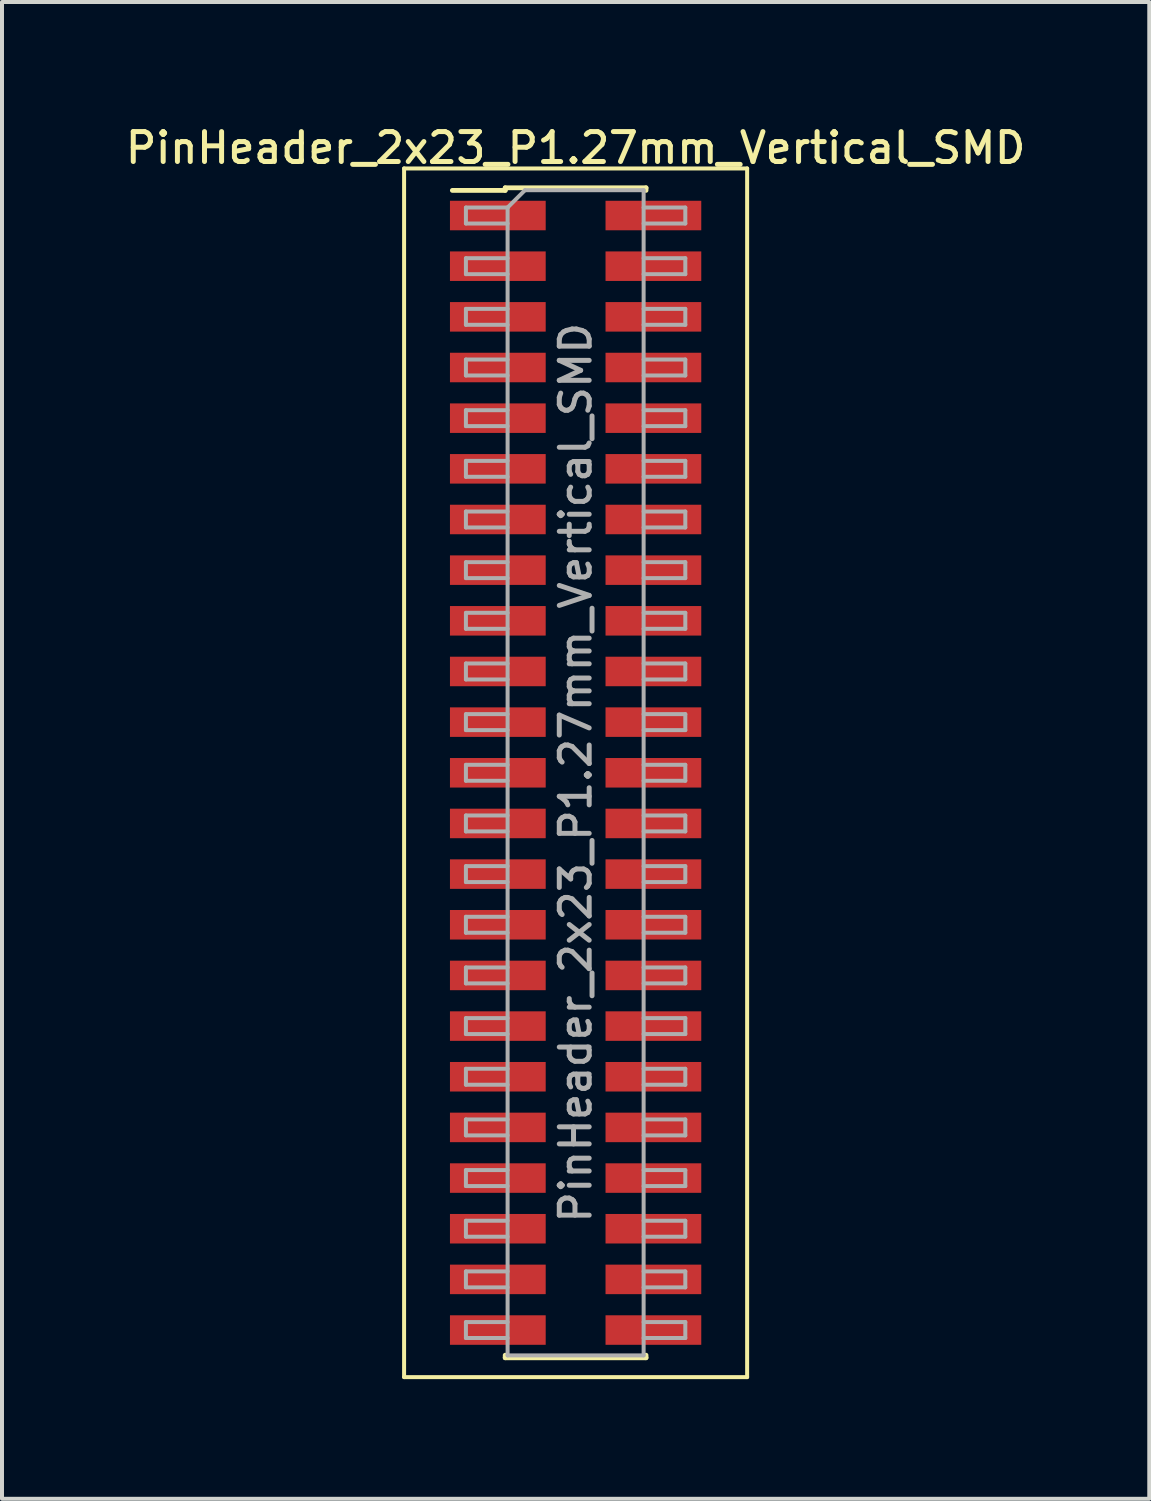
<source format=kicad_pcb>
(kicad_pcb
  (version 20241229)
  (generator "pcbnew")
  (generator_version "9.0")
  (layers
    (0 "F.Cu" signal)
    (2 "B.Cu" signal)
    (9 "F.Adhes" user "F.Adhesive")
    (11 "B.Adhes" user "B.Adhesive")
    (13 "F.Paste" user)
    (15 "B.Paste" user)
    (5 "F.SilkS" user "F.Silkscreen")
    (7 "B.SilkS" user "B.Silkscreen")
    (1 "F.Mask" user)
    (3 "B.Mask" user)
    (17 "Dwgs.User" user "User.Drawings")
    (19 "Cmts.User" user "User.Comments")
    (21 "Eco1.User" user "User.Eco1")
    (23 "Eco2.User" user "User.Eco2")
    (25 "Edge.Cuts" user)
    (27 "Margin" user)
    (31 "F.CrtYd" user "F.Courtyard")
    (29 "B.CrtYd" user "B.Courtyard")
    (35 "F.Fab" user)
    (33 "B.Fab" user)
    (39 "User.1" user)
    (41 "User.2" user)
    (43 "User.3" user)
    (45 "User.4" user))
  (footprint "PinHeader_2x23_P1.27mm_Vertical_SMD"
    (layer "F.Cu")
    (at 11.38 16.323)
    (property "Reference" "PinHeader_2x23_P1.27mm_Vertical_SMD" (at 0 -15.665 0) (layer "F.SilkS") (effects (font (size 0.75 0.75) (thickness 0.125))))
    (attr smd)
    (fp_line (start -4.3 -15.15) (end -4.3 15.15) (stroke (width 0.1) (type solid)) (layer "F.SilkS"))
    (fp_line (start -4.3 15.15) (end 4.3 15.15) (stroke (width 0.1) (type solid)) (layer "F.SilkS"))
    (fp_line (start -3.09 -14.6) (end -1.765 -14.6) (stroke (width 0.12) (type solid)) (layer "F.SilkS"))
    (fp_line (start -1.765 -14.665) (end -1.765 -14.6) (stroke (width 0.12) (type solid)) (layer "F.SilkS"))
    (fp_line (start -1.765 -14.665) (end 1.765 -14.665) (stroke (width 0.12) (type solid)) (layer "F.SilkS"))
    (fp_line (start -1.765 14.6) (end -1.765 14.665) (stroke (width 0.12) (type solid)) (layer "F.SilkS"))
    (fp_line (start -1.765 14.665) (end 1.765 14.665) (stroke (width 0.12) (type solid)) (layer "F.SilkS"))
    (fp_line (start 1.765 -14.665) (end 1.765 -14.6) (stroke (width 0.12) (type solid)) (layer "F.SilkS"))
    (fp_line (start 1.765 14.6) (end 1.765 14.665) (stroke (width 0.12) (type solid)) (layer "F.SilkS"))
    (fp_line (start 4.3 -15.15) (end -4.3 -15.15) (stroke (width 0.1) (type solid)) (layer "F.SilkS"))
    (fp_line (start 4.3 15.15) (end 4.3 -15.15) (stroke (width 0.1) (type solid)) (layer "F.SilkS"))
    (fp_line (start -2.75 -14.17) (end -2.75 -13.77) (stroke (width 0.1) (type solid)) (layer "F.Fab"))
    (fp_line (start -2.75 -13.77) (end -1.705 -13.77) (stroke (width 0.1) (type solid)) (layer "F.Fab"))
    (fp_line (start -2.75 -12.9) (end -2.75 -12.5) (stroke (width 0.1) (type solid)) (layer "F.Fab"))
    (fp_line (start -2.75 -12.5) (end -1.705 -12.5) (stroke (width 0.1) (type solid)) (layer "F.Fab"))
    (fp_line (start -2.75 -11.63) (end -2.75 -11.23) (stroke (width 0.1) (type solid)) (layer "F.Fab"))
    (fp_line (start -2.75 -11.23) (end -1.705 -11.23) (stroke (width 0.1) (type solid)) (layer "F.Fab"))
    (fp_line (start -2.75 -10.36) (end -2.75 -9.96) (stroke (width 0.1) (type solid)) (layer "F.Fab"))
    (fp_line (start -2.75 -9.96) (end -1.705 -9.96) (stroke (width 0.1) (type solid)) (layer "F.Fab"))
    (fp_line (start -2.75 -9.09) (end -2.75 -8.69) (stroke (width 0.1) (type solid)) (layer "F.Fab"))
    (fp_line (start -2.75 -8.69) (end -1.705 -8.69) (stroke (width 0.1) (type solid)) (layer "F.Fab"))
    (fp_line (start -2.75 -7.82) (end -2.75 -7.42) (stroke (width 0.1) (type solid)) (layer "F.Fab"))
    (fp_line (start -2.75 -7.42) (end -1.705 -7.42) (stroke (width 0.1) (type solid)) (layer "F.Fab"))
    (fp_line (start -2.75 -6.55) (end -2.75 -6.15) (stroke (width 0.1) (type solid)) (layer "F.Fab"))
    (fp_line (start -2.75 -6.15) (end -1.705 -6.15) (stroke (width 0.1) (type solid)) (layer "F.Fab"))
    (fp_line (start -2.75 -5.28) (end -2.75 -4.88) (stroke (width 0.1) (type solid)) (layer "F.Fab"))
    (fp_line (start -2.75 -4.88) (end -1.705 -4.88) (stroke (width 0.1) (type solid)) (layer "F.Fab"))
    (fp_line (start -2.75 -4.01) (end -2.75 -3.61) (stroke (width 0.1) (type solid)) (layer "F.Fab"))
    (fp_line (start -2.75 -3.61) (end -1.705 -3.61) (stroke (width 0.1) (type solid)) (layer "F.Fab"))
    (fp_line (start -2.75 -2.74) (end -2.75 -2.34) (stroke (width 0.1) (type solid)) (layer "F.Fab"))
    (fp_line (start -2.75 -2.34) (end -1.705 -2.34) (stroke (width 0.1) (type solid)) (layer "F.Fab"))
    (fp_line (start -2.75 -1.47) (end -2.75 -1.07) (stroke (width 0.1) (type solid)) (layer "F.Fab"))
    (fp_line (start -2.75 -1.07) (end -1.705 -1.07) (stroke (width 0.1) (type solid)) (layer "F.Fab"))
    (fp_line (start -2.75 -0.2) (end -2.75 0.2) (stroke (width 0.1) (type solid)) (layer "F.Fab"))
    (fp_line (start -2.75 0.2) (end -1.705 0.2) (stroke (width 0.1) (type solid)) (layer "F.Fab"))
    (fp_line (start -2.75 1.07) (end -2.75 1.47) (stroke (width 0.1) (type solid)) (layer "F.Fab"))
    (fp_line (start -2.75 1.47) (end -1.705 1.47) (stroke (width 0.1) (type solid)) (layer "F.Fab"))
    (fp_line (start -2.75 2.34) (end -2.75 2.74) (stroke (width 0.1) (type solid)) (layer "F.Fab"))
    (fp_line (start -2.75 2.74) (end -1.705 2.74) (stroke (width 0.1) (type solid)) (layer "F.Fab"))
    (fp_line (start -2.75 3.61) (end -2.75 4.01) (stroke (width 0.1) (type solid)) (layer "F.Fab"))
    (fp_line (start -2.75 4.01) (end -1.705 4.01) (stroke (width 0.1) (type solid)) (layer "F.Fab"))
    (fp_line (start -2.75 4.88) (end -2.75 5.28) (stroke (width 0.1) (type solid)) (layer "F.Fab"))
    (fp_line (start -2.75 5.28) (end -1.705 5.28) (stroke (width 0.1) (type solid)) (layer "F.Fab"))
    (fp_line (start -2.75 6.15) (end -2.75 6.55) (stroke (width 0.1) (type solid)) (layer "F.Fab"))
    (fp_line (start -2.75 6.55) (end -1.705 6.55) (stroke (width 0.1) (type solid)) (layer "F.Fab"))
    (fp_line (start -2.75 7.42) (end -2.75 7.82) (stroke (width 0.1) (type solid)) (layer "F.Fab"))
    (fp_line (start -2.75 7.82) (end -1.705 7.82) (stroke (width 0.1) (type solid)) (layer "F.Fab"))
    (fp_line (start -2.75 8.69) (end -2.75 9.09) (stroke (width 0.1) (type solid)) (layer "F.Fab"))
    (fp_line (start -2.75 9.09) (end -1.705 9.09) (stroke (width 0.1) (type solid)) (layer "F.Fab"))
    (fp_line (start -2.75 9.96) (end -2.75 10.36) (stroke (width 0.1) (type solid)) (layer "F.Fab"))
    (fp_line (start -2.75 10.36) (end -1.705 10.36) (stroke (width 0.1) (type solid)) (layer "F.Fab"))
    (fp_line (start -2.75 11.23) (end -2.75 11.63) (stroke (width 0.1) (type solid)) (layer "F.Fab"))
    (fp_line (start -2.75 11.63) (end -1.705 11.63) (stroke (width 0.1) (type solid)) (layer "F.Fab"))
    (fp_line (start -2.75 12.5) (end -2.75 12.9) (stroke (width 0.1) (type solid)) (layer "F.Fab"))
    (fp_line (start -2.75 12.9) (end -1.705 12.9) (stroke (width 0.1) (type solid)) (layer "F.Fab"))
    (fp_line (start -2.75 13.77) (end -2.75 14.17) (stroke (width 0.1) (type solid)) (layer "F.Fab"))
    (fp_line (start -2.75 14.17) (end -1.705 14.17) (stroke (width 0.1) (type solid)) (layer "F.Fab"))
    (fp_line (start -1.705 -14.17) (end -2.75 -14.17) (stroke (width 0.1) (type solid)) (layer "F.Fab"))
    (fp_line (start -1.705 -14.17) (end -1.27 -14.605) (stroke (width 0.1) (type solid)) (layer "F.Fab"))
    (fp_line (start -1.705 -12.9) (end -2.75 -12.9) (stroke (width 0.1) (type solid)) (layer "F.Fab"))
    (fp_line (start -1.705 -11.63) (end -2.75 -11.63) (stroke (width 0.1) (type solid)) (layer "F.Fab"))
    (fp_line (start -1.705 -10.36) (end -2.75 -10.36) (stroke (width 0.1) (type solid)) (layer "F.Fab"))
    (fp_line (start -1.705 -9.09) (end -2.75 -9.09) (stroke (width 0.1) (type solid)) (layer "F.Fab"))
    (fp_line (start -1.705 -7.82) (end -2.75 -7.82) (stroke (width 0.1) (type solid)) (layer "F.Fab"))
    (fp_line (start -1.705 -6.55) (end -2.75 -6.55) (stroke (width 0.1) (type solid)) (layer "F.Fab"))
    (fp_line (start -1.705 -5.28) (end -2.75 -5.28) (stroke (width 0.1) (type solid)) (layer "F.Fab"))
    (fp_line (start -1.705 -4.01) (end -2.75 -4.01) (stroke (width 0.1) (type solid)) (layer "F.Fab"))
    (fp_line (start -1.705 -2.74) (end -2.75 -2.74) (stroke (width 0.1) (type solid)) (layer "F.Fab"))
    (fp_line (start -1.705 -1.47) (end -2.75 -1.47) (stroke (width 0.1) (type solid)) (layer "F.Fab"))
    (fp_line (start -1.705 -0.2) (end -2.75 -0.2) (stroke (width 0.1) (type solid)) (layer "F.Fab"))
    (fp_line (start -1.705 1.07) (end -2.75 1.07) (stroke (width 0.1) (type solid)) (layer "F.Fab"))
    (fp_line (start -1.705 2.34) (end -2.75 2.34) (stroke (width 0.1) (type solid)) (layer "F.Fab"))
    (fp_line (start -1.705 3.61) (end -2.75 3.61) (stroke (width 0.1) (type solid)) (layer "F.Fab"))
    (fp_line (start -1.705 4.88) (end -2.75 4.88) (stroke (width 0.1) (type solid)) (layer "F.Fab"))
    (fp_line (start -1.705 6.15) (end -2.75 6.15) (stroke (width 0.1) (type solid)) (layer "F.Fab"))
    (fp_line (start -1.705 7.42) (end -2.75 7.42) (stroke (width 0.1) (type solid)) (layer "F.Fab"))
    (fp_line (start -1.705 8.69) (end -2.75 8.69) (stroke (width 0.1) (type solid)) (layer "F.Fab"))
    (fp_line (start -1.705 9.96) (end -2.75 9.96) (stroke (width 0.1) (type solid)) (layer "F.Fab"))
    (fp_line (start -1.705 11.23) (end -2.75 11.23) (stroke (width 0.1) (type solid)) (layer "F.Fab"))
    (fp_line (start -1.705 12.5) (end -2.75 12.5) (stroke (width 0.1) (type solid)) (layer "F.Fab"))
    (fp_line (start -1.705 13.77) (end -2.75 13.77) (stroke (width 0.1) (type solid)) (layer "F.Fab"))
    (fp_line (start -1.705 14.605) (end -1.705 -14.17) (stroke (width 0.1) (type solid)) (layer "F.Fab"))
    (fp_line (start -1.27 -14.605) (end 1.705 -14.605) (stroke (width 0.1) (type solid)) (layer "F.Fab"))
    (fp_line (start 1.705 -14.605) (end 1.705 14.605) (stroke (width 0.1) (type solid)) (layer "F.Fab"))
    (fp_line (start 1.705 -14.17) (end 2.75 -14.17) (stroke (width 0.1) (type solid)) (layer "F.Fab"))
    (fp_line (start 1.705 -12.9) (end 2.75 -12.9) (stroke (width 0.1) (type solid)) (layer "F.Fab"))
    (fp_line (start 1.705 -11.63) (end 2.75 -11.63) (stroke (width 0.1) (type solid)) (layer "F.Fab"))
    (fp_line (start 1.705 -10.36) (end 2.75 -10.36) (stroke (width 0.1) (type solid)) (layer "F.Fab"))
    (fp_line (start 1.705 -9.09) (end 2.75 -9.09) (stroke (width 0.1) (type solid)) (layer "F.Fab"))
    (fp_line (start 1.705 -7.82) (end 2.75 -7.82) (stroke (width 0.1) (type solid)) (layer "F.Fab"))
    (fp_line (start 1.705 -6.55) (end 2.75 -6.55) (stroke (width 0.1) (type solid)) (layer "F.Fab"))
    (fp_line (start 1.705 -5.28) (end 2.75 -5.28) (stroke (width 0.1) (type solid)) (layer "F.Fab"))
    (fp_line (start 1.705 -4.01) (end 2.75 -4.01) (stroke (width 0.1) (type solid)) (layer "F.Fab"))
    (fp_line (start 1.705 -2.74) (end 2.75 -2.74) (stroke (width 0.1) (type solid)) (layer "F.Fab"))
    (fp_line (start 1.705 -1.47) (end 2.75 -1.47) (stroke (width 0.1) (type solid)) (layer "F.Fab"))
    (fp_line (start 1.705 -0.2) (end 2.75 -0.2) (stroke (width 0.1) (type solid)) (layer "F.Fab"))
    (fp_line (start 1.705 1.07) (end 2.75 1.07) (stroke (width 0.1) (type solid)) (layer "F.Fab"))
    (fp_line (start 1.705 2.34) (end 2.75 2.34) (stroke (width 0.1) (type solid)) (layer "F.Fab"))
    (fp_line (start 1.705 3.61) (end 2.75 3.61) (stroke (width 0.1) (type solid)) (layer "F.Fab"))
    (fp_line (start 1.705 4.88) (end 2.75 4.88) (stroke (width 0.1) (type solid)) (layer "F.Fab"))
    (fp_line (start 1.705 6.15) (end 2.75 6.15) (stroke (width 0.1) (type solid)) (layer "F.Fab"))
    (fp_line (start 1.705 7.42) (end 2.75 7.42) (stroke (width 0.1) (type solid)) (layer "F.Fab"))
    (fp_line (start 1.705 8.69) (end 2.75 8.69) (stroke (width 0.1) (type solid)) (layer "F.Fab"))
    (fp_line (start 1.705 9.96) (end 2.75 9.96) (stroke (width 0.1) (type solid)) (layer "F.Fab"))
    (fp_line (start 1.705 11.23) (end 2.75 11.23) (stroke (width 0.1) (type solid)) (layer "F.Fab"))
    (fp_line (start 1.705 12.5) (end 2.75 12.5) (stroke (width 0.1) (type solid)) (layer "F.Fab"))
    (fp_line (start 1.705 13.77) (end 2.75 13.77) (stroke (width 0.1) (type solid)) (layer "F.Fab"))
    (fp_line (start 1.705 14.605) (end -1.705 14.605) (stroke (width 0.1) (type solid)) (layer "F.Fab"))
    (fp_line (start 2.75 -14.17) (end 2.75 -13.77) (stroke (width 0.1) (type solid)) (layer "F.Fab"))
    (fp_line (start 2.75 -13.77) (end 1.705 -13.77) (stroke (width 0.1) (type solid)) (layer "F.Fab"))
    (fp_line (start 2.75 -12.9) (end 2.75 -12.5) (stroke (width 0.1) (type solid)) (layer "F.Fab"))
    (fp_line (start 2.75 -12.5) (end 1.705 -12.5) (stroke (width 0.1) (type solid)) (layer "F.Fab"))
    (fp_line (start 2.75 -11.63) (end 2.75 -11.23) (stroke (width 0.1) (type solid)) (layer "F.Fab"))
    (fp_line (start 2.75 -11.23) (end 1.705 -11.23) (stroke (width 0.1) (type solid)) (layer "F.Fab"))
    (fp_line (start 2.75 -10.36) (end 2.75 -9.96) (stroke (width 0.1) (type solid)) (layer "F.Fab"))
    (fp_line (start 2.75 -9.96) (end 1.705 -9.96) (stroke (width 0.1) (type solid)) (layer "F.Fab"))
    (fp_line (start 2.75 -9.09) (end 2.75 -8.69) (stroke (width 0.1) (type solid)) (layer "F.Fab"))
    (fp_line (start 2.75 -8.69) (end 1.705 -8.69) (stroke (width 0.1) (type solid)) (layer "F.Fab"))
    (fp_line (start 2.75 -7.82) (end 2.75 -7.42) (stroke (width 0.1) (type solid)) (layer "F.Fab"))
    (fp_line (start 2.75 -7.42) (end 1.705 -7.42) (stroke (width 0.1) (type solid)) (layer "F.Fab"))
    (fp_line (start 2.75 -6.55) (end 2.75 -6.15) (stroke (width 0.1) (type solid)) (layer "F.Fab"))
    (fp_line (start 2.75 -6.15) (end 1.705 -6.15) (stroke (width 0.1) (type solid)) (layer "F.Fab"))
    (fp_line (start 2.75 -5.28) (end 2.75 -4.88) (stroke (width 0.1) (type solid)) (layer "F.Fab"))
    (fp_line (start 2.75 -4.88) (end 1.705 -4.88) (stroke (width 0.1) (type solid)) (layer "F.Fab"))
    (fp_line (start 2.75 -4.01) (end 2.75 -3.61) (stroke (width 0.1) (type solid)) (layer "F.Fab"))
    (fp_line (start 2.75 -3.61) (end 1.705 -3.61) (stroke (width 0.1) (type solid)) (layer "F.Fab"))
    (fp_line (start 2.75 -2.74) (end 2.75 -2.34) (stroke (width 0.1) (type solid)) (layer "F.Fab"))
    (fp_line (start 2.75 -2.34) (end 1.705 -2.34) (stroke (width 0.1) (type solid)) (layer "F.Fab"))
    (fp_line (start 2.75 -1.47) (end 2.75 -1.07) (stroke (width 0.1) (type solid)) (layer "F.Fab"))
    (fp_line (start 2.75 -1.07) (end 1.705 -1.07) (stroke (width 0.1) (type solid)) (layer "F.Fab"))
    (fp_line (start 2.75 -0.2) (end 2.75 0.2) (stroke (width 0.1) (type solid)) (layer "F.Fab"))
    (fp_line (start 2.75 0.2) (end 1.705 0.2) (stroke (width 0.1) (type solid)) (layer "F.Fab"))
    (fp_line (start 2.75 1.07) (end 2.75 1.47) (stroke (width 0.1) (type solid)) (layer "F.Fab"))
    (fp_line (start 2.75 1.47) (end 1.705 1.47) (stroke (width 0.1) (type solid)) (layer "F.Fab"))
    (fp_line (start 2.75 2.34) (end 2.75 2.74) (stroke (width 0.1) (type solid)) (layer "F.Fab"))
    (fp_line (start 2.75 2.74) (end 1.705 2.74) (stroke (width 0.1) (type solid)) (layer "F.Fab"))
    (fp_line (start 2.75 3.61) (end 2.75 4.01) (stroke (width 0.1) (type solid)) (layer "F.Fab"))
    (fp_line (start 2.75 4.01) (end 1.705 4.01) (stroke (width 0.1) (type solid)) (layer "F.Fab"))
    (fp_line (start 2.75 4.88) (end 2.75 5.28) (stroke (width 0.1) (type solid)) (layer "F.Fab"))
    (fp_line (start 2.75 5.28) (end 1.705 5.28) (stroke (width 0.1) (type solid)) (layer "F.Fab"))
    (fp_line (start 2.75 6.15) (end 2.75 6.55) (stroke (width 0.1) (type solid)) (layer "F.Fab"))
    (fp_line (start 2.75 6.55) (end 1.705 6.55) (stroke (width 0.1) (type solid)) (layer "F.Fab"))
    (fp_line (start 2.75 7.42) (end 2.75 7.82) (stroke (width 0.1) (type solid)) (layer "F.Fab"))
    (fp_line (start 2.75 7.82) (end 1.705 7.82) (stroke (width 0.1) (type solid)) (layer "F.Fab"))
    (fp_line (start 2.75 8.69) (end 2.75 9.09) (stroke (width 0.1) (type solid)) (layer "F.Fab"))
    (fp_line (start 2.75 9.09) (end 1.705 9.09) (stroke (width 0.1) (type solid)) (layer "F.Fab"))
    (fp_line (start 2.75 9.96) (end 2.75 10.36) (stroke (width 0.1) (type solid)) (layer "F.Fab"))
    (fp_line (start 2.75 10.36) (end 1.705 10.36) (stroke (width 0.1) (type solid)) (layer "F.Fab"))
    (fp_line (start 2.75 11.23) (end 2.75 11.63) (stroke (width 0.1) (type solid)) (layer "F.Fab"))
    (fp_line (start 2.75 11.63) (end 1.705 11.63) (stroke (width 0.1) (type solid)) (layer "F.Fab"))
    (fp_line (start 2.75 12.5) (end 2.75 12.9) (stroke (width 0.1) (type solid)) (layer "F.Fab"))
    (fp_line (start 2.75 12.9) (end 1.705 12.9) (stroke (width 0.1) (type solid)) (layer "F.Fab"))
    (fp_line (start 2.75 13.77) (end 2.75 14.17) (stroke (width 0.1) (type solid)) (layer "F.Fab"))
    (fp_line (start 2.75 14.17) (end 1.705 14.17) (stroke (width 0.1) (type solid)) (layer "F.Fab"))
    (fp_text user "${REFERENCE}" (at 0 0 90) (layer "F.Fab") (effects (font (size 0.75 0.75) (thickness 0.125))))
    (pad "1" smd rect (at -1.95 -13.97) (size 2.4 0.74) (layers "F.Cu" "F.Mask" "F.Paste"))
    (pad "2" smd rect (at 1.95 -13.97) (size 2.4 0.74) (layers "F.Cu" "F.Mask" "F.Paste"))
    (pad "3" smd rect (at -1.95 -12.7) (size 2.4 0.74) (layers "F.Cu" "F.Mask" "F.Paste"))
    (pad "4" smd rect (at 1.95 -12.7) (size 2.4 0.74) (layers "F.Cu" "F.Mask" "F.Paste"))
    (pad "5" smd rect (at -1.95 -11.43) (size 2.4 0.74) (layers "F.Cu" "F.Mask" "F.Paste"))
    (pad "6" smd rect (at 1.95 -11.43) (size 2.4 0.74) (layers "F.Cu" "F.Mask" "F.Paste"))
    (pad "7" smd rect (at -1.95 -10.16) (size 2.4 0.74) (layers "F.Cu" "F.Mask" "F.Paste"))
    (pad "8" smd rect (at 1.95 -10.16) (size 2.4 0.74) (layers "F.Cu" "F.Mask" "F.Paste"))
    (pad "9" smd rect (at -1.95 -8.89) (size 2.4 0.74) (layers "F.Cu" "F.Mask" "F.Paste"))
    (pad "10" smd rect (at 1.95 -8.89) (size 2.4 0.74) (layers "F.Cu" "F.Mask" "F.Paste"))
    (pad "11" smd rect (at -1.95 -7.62) (size 2.4 0.74) (layers "F.Cu" "F.Mask" "F.Paste"))
    (pad "12" smd rect (at 1.95 -7.62) (size 2.4 0.74) (layers "F.Cu" "F.Mask" "F.Paste"))
    (pad "13" smd rect (at -1.95 -6.35) (size 2.4 0.74) (layers "F.Cu" "F.Mask" "F.Paste"))
    (pad "14" smd rect (at 1.95 -6.35) (size 2.4 0.74) (layers "F.Cu" "F.Mask" "F.Paste"))
    (pad "15" smd rect (at -1.95 -5.08) (size 2.4 0.74) (layers "F.Cu" "F.Mask" "F.Paste"))
    (pad "16" smd rect (at 1.95 -5.08) (size 2.4 0.74) (layers "F.Cu" "F.Mask" "F.Paste"))
    (pad "17" smd rect (at -1.95 -3.81) (size 2.4 0.74) (layers "F.Cu" "F.Mask" "F.Paste"))
    (pad "18" smd rect (at 1.95 -3.81) (size 2.4 0.74) (layers "F.Cu" "F.Mask" "F.Paste"))
    (pad "19" smd rect (at -1.95 -2.54) (size 2.4 0.74) (layers "F.Cu" "F.Mask" "F.Paste"))
    (pad "20" smd rect (at 1.95 -2.54) (size 2.4 0.74) (layers "F.Cu" "F.Mask" "F.Paste"))
    (pad "21" smd rect (at -1.95 -1.27) (size 2.4 0.74) (layers "F.Cu" "F.Mask" "F.Paste"))
    (pad "22" smd rect (at 1.95 -1.27) (size 2.4 0.74) (layers "F.Cu" "F.Mask" "F.Paste"))
    (pad "23" smd rect (at -1.95 0) (size 2.4 0.74) (layers "F.Cu" "F.Mask" "F.Paste"))
    (pad "24" smd rect (at 1.95 0) (size 2.4 0.74) (layers "F.Cu" "F.Mask" "F.Paste"))
    (pad "25" smd rect (at -1.95 1.27) (size 2.4 0.74) (layers "F.Cu" "F.Mask" "F.Paste"))
    (pad "26" smd rect (at 1.95 1.27) (size 2.4 0.74) (layers "F.Cu" "F.Mask" "F.Paste"))
    (pad "27" smd rect (at -1.95 2.54) (size 2.4 0.74) (layers "F.Cu" "F.Mask" "F.Paste"))
    (pad "28" smd rect (at 1.95 2.54) (size 2.4 0.74) (layers "F.Cu" "F.Mask" "F.Paste"))
    (pad "29" smd rect (at -1.95 3.81) (size 2.4 0.74) (layers "F.Cu" "F.Mask" "F.Paste"))
    (pad "30" smd rect (at 1.95 3.81) (size 2.4 0.74) (layers "F.Cu" "F.Mask" "F.Paste"))
    (pad "31" smd rect (at -1.95 5.08) (size 2.4 0.74) (layers "F.Cu" "F.Mask" "F.Paste"))
    (pad "32" smd rect (at 1.95 5.08) (size 2.4 0.74) (layers "F.Cu" "F.Mask" "F.Paste"))
    (pad "33" smd rect (at -1.95 6.35) (size 2.4 0.74) (layers "F.Cu" "F.Mask" "F.Paste"))
    (pad "34" smd rect (at 1.95 6.35) (size 2.4 0.74) (layers "F.Cu" "F.Mask" "F.Paste"))
    (pad "35" smd rect (at -1.95 7.62) (size 2.4 0.74) (layers "F.Cu" "F.Mask" "F.Paste"))
    (pad "36" smd rect (at 1.95 7.62) (size 2.4 0.74) (layers "F.Cu" "F.Mask" "F.Paste"))
    (pad "37" smd rect (at -1.95 8.89) (size 2.4 0.74) (layers "F.Cu" "F.Mask" "F.Paste"))
    (pad "38" smd rect (at 1.95 8.89) (size 2.4 0.74) (layers "F.Cu" "F.Mask" "F.Paste"))
    (pad "39" smd rect (at -1.95 10.16) (size 2.4 0.74) (layers "F.Cu" "F.Mask" "F.Paste"))
    (pad "40" smd rect (at 1.95 10.16) (size 2.4 0.74) (layers "F.Cu" "F.Mask" "F.Paste"))
    (pad "41" smd rect (at -1.95 11.43) (size 2.4 0.74) (layers "F.Cu" "F.Mask" "F.Paste"))
    (pad "42" smd rect (at 1.95 11.43) (size 2.4 0.74) (layers "F.Cu" "F.Mask" "F.Paste"))
    (pad "43" smd rect (at -1.95 12.7) (size 2.4 0.74) (layers "F.Cu" "F.Mask" "F.Paste"))
    (pad "44" smd rect (at 1.95 12.7) (size 2.4 0.74) (layers "F.Cu" "F.Mask" "F.Paste"))
    (pad "45" smd rect (at -1.95 13.97) (size 2.4 0.74) (layers "F.Cu" "F.Mask" "F.Paste"))
    (pad "46" smd rect (at 1.95 13.97) (size 2.4 0.74) (layers "F.Cu" "F.Mask" "F.Paste")))
  (gr_rect
    (start -3 -3)
    (end 25.761 34.523)
    (stroke (width 0.1) (type default))
    (fill no)
    (layer "Edge.Cuts")))
</source>
